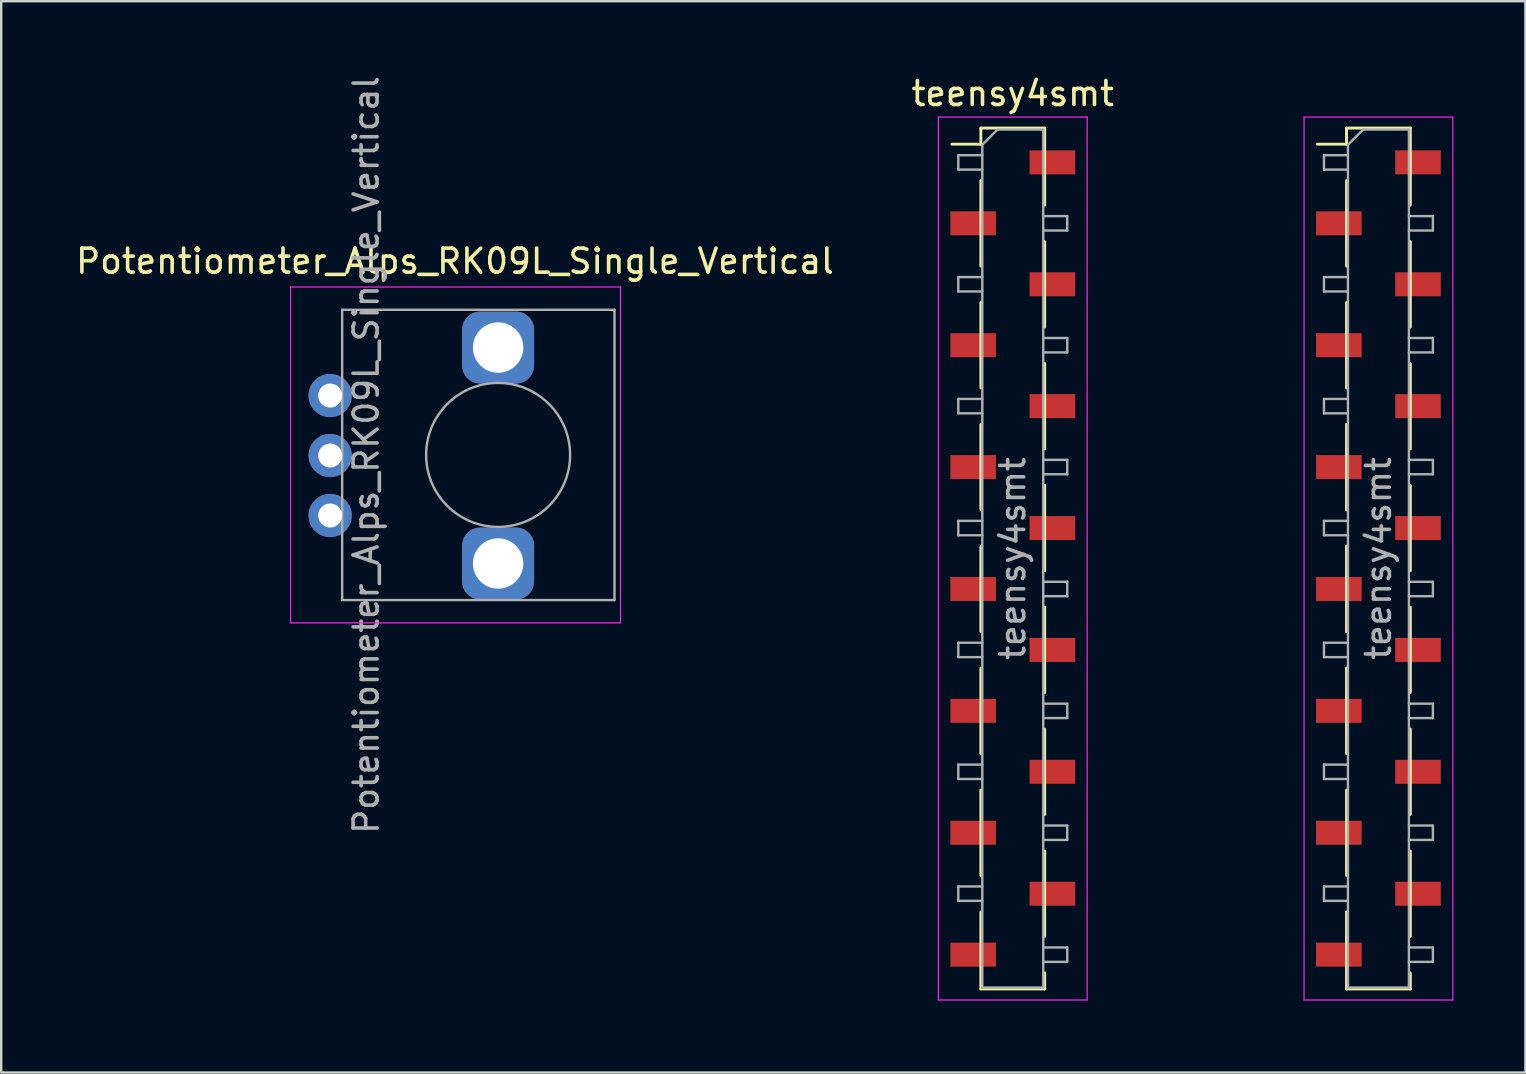
<source format=kicad_pcb>
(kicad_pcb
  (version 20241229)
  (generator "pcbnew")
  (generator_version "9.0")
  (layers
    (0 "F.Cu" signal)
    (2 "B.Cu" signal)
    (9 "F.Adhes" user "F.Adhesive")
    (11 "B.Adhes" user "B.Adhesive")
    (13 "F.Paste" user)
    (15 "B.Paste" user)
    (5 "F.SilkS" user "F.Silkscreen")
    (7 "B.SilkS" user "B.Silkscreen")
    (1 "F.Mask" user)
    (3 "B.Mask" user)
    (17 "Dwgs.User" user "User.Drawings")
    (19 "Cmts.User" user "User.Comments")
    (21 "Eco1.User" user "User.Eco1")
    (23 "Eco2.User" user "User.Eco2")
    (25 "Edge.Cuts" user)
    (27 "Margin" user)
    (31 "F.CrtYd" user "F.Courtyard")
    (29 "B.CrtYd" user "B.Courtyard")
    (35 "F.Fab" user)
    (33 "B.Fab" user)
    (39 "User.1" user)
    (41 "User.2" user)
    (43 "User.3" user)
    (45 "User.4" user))
  (footprint "teensy4smt"
    (layer "F.Cu")
    (at 39.161 20.228)
    (property "Reference" "teensy4smt" (at 0 -19.38 0) (layer "F.SilkS") (effects (font (size 1 1) (thickness 0.15))))
    (attr smd)
    (fp_line (start -2.54 -17.27) (end -1.33 -17.27) (stroke (width 0.12) (type solid)) (layer "F.SilkS"))
    (fp_line (start -1.33 -17.94) (end -1.33 -17.27) (stroke (width 0.12) (type solid)) (layer "F.SilkS"))
    (fp_line (start -1.33 -17.94) (end 1.33 -17.94) (stroke (width 0.12) (type solid)) (layer "F.SilkS"))
    (fp_line (start -1.33 -15.75) (end -1.33 -12.19) (stroke (width 0.12) (type solid)) (layer "F.SilkS"))
    (fp_line (start -1.33 -10.67) (end -1.33 -7.11) (stroke (width 0.12) (type solid)) (layer "F.SilkS"))
    (fp_line (start -1.33 -5.59) (end -1.33 -2.03) (stroke (width 0.12) (type solid)) (layer "F.SilkS"))
    (fp_line (start -1.33 -0.51) (end -1.33 3.05) (stroke (width 0.12) (type solid)) (layer "F.SilkS"))
    (fp_line (start -1.33 4.57) (end -1.33 8.13) (stroke (width 0.12) (type solid)) (layer "F.SilkS"))
    (fp_line (start -1.33 9.65) (end -1.33 13.21) (stroke (width 0.12) (type solid)) (layer "F.SilkS"))
    (fp_line (start -1.33 14.73) (end -1.33 17.94) (stroke (width 0.12) (type solid)) (layer "F.SilkS"))
    (fp_line (start -1.33 17.94) (end 1.33 17.94) (stroke (width 0.12) (type solid)) (layer "F.SilkS"))
    (fp_line (start 1.33 -17.94) (end 1.33 -14.73) (stroke (width 0.12) (type solid)) (layer "F.SilkS"))
    (fp_line (start 1.33 -13.21) (end 1.33 -9.65) (stroke (width 0.12) (type solid)) (layer "F.SilkS"))
    (fp_line (start 1.33 -8.13) (end 1.33 -4.57) (stroke (width 0.12) (type solid)) (layer "F.SilkS"))
    (fp_line (start 1.33 -3.05) (end 1.33 0.51) (stroke (width 0.12) (type solid)) (layer "F.SilkS"))
    (fp_line (start 1.33 2.03) (end 1.33 5.59) (stroke (width 0.12) (type solid)) (layer "F.SilkS"))
    (fp_line (start 1.33 7.11) (end 1.33 10.67) (stroke (width 0.12) (type solid)) (layer "F.SilkS"))
    (fp_line (start 1.33 12.19) (end 1.33 15.75) (stroke (width 0.12) (type solid)) (layer "F.SilkS"))
    (fp_line (start 1.33 17.27) (end 1.33 17.94) (stroke (width 0.12) (type solid)) (layer "F.SilkS"))
    (fp_line (start 12.7 -17.27) (end 13.91 -17.27) (stroke (width 0.12) (type solid)) (layer "F.SilkS"))
    (fp_line (start 13.91 -17.94) (end 13.91 -17.27) (stroke (width 0.12) (type solid)) (layer "F.SilkS"))
    (fp_line (start 13.91 -17.94) (end 16.57 -17.94) (stroke (width 0.12) (type solid)) (layer "F.SilkS"))
    (fp_line (start 13.91 -15.75) (end 13.91 -12.19) (stroke (width 0.12) (type solid)) (layer "F.SilkS"))
    (fp_line (start 13.91 -10.67) (end 13.91 -7.11) (stroke (width 0.12) (type solid)) (layer "F.SilkS"))
    (fp_line (start 13.91 -5.59) (end 13.91 -2.03) (stroke (width 0.12) (type solid)) (layer "F.SilkS"))
    (fp_line (start 13.91 -0.51) (end 13.91 3.05) (stroke (width 0.12) (type solid)) (layer "F.SilkS"))
    (fp_line (start 13.91 4.57) (end 13.91 8.13) (stroke (width 0.12) (type solid)) (layer "F.SilkS"))
    (fp_line (start 13.91 9.65) (end 13.91 13.21) (stroke (width 0.12) (type solid)) (layer "F.SilkS"))
    (fp_line (start 13.91 14.73) (end 13.91 17.94) (stroke (width 0.12) (type solid)) (layer "F.SilkS"))
    (fp_line (start 13.91 17.94) (end 16.57 17.94) (stroke (width 0.12) (type solid)) (layer "F.SilkS"))
    (fp_line (start 16.57 -17.94) (end 16.57 -14.73) (stroke (width 0.12) (type solid)) (layer "F.SilkS"))
    (fp_line (start 16.57 -13.21) (end 16.57 -9.65) (stroke (width 0.12) (type solid)) (layer "F.SilkS"))
    (fp_line (start 16.57 -8.13) (end 16.57 -4.57) (stroke (width 0.12) (type solid)) (layer "F.SilkS"))
    (fp_line (start 16.57 -3.05) (end 16.57 0.51) (stroke (width 0.12) (type solid)) (layer "F.SilkS"))
    (fp_line (start 16.57 2.03) (end 16.57 5.59) (stroke (width 0.12) (type solid)) (layer "F.SilkS"))
    (fp_line (start 16.57 7.11) (end 16.57 10.67) (stroke (width 0.12) (type solid)) (layer "F.SilkS"))
    (fp_line (start 16.57 12.19) (end 16.57 15.75) (stroke (width 0.12) (type solid)) (layer "F.SilkS"))
    (fp_line (start 16.57 17.27) (end 16.57 17.94) (stroke (width 0.12) (type solid)) (layer "F.SilkS"))
    (fp_line (start -3.1 -18.4) (end 3.1 -18.4) (stroke (width 0.05) (type solid)) (layer "F.CrtYd"))
    (fp_line (start -3.1 18.4) (end -3.1 -18.4) (stroke (width 0.05) (type solid)) (layer "F.CrtYd"))
    (fp_line (start 3.1 -18.4) (end 3.1 18.4) (stroke (width 0.05) (type solid)) (layer "F.CrtYd"))
    (fp_line (start 3.1 18.4) (end -3.1 18.4) (stroke (width 0.05) (type solid)) (layer "F.CrtYd"))
    (fp_line (start 12.14 -18.4) (end 18.34 -18.4) (stroke (width 0.05) (type solid)) (layer "F.CrtYd"))
    (fp_line (start 12.14 18.4) (end 12.14 -18.4) (stroke (width 0.05) (type solid)) (layer "F.CrtYd"))
    (fp_line (start 18.34 -18.4) (end 18.34 18.4) (stroke (width 0.05) (type solid)) (layer "F.CrtYd"))
    (fp_line (start 18.34 18.4) (end 12.14 18.4) (stroke (width 0.05) (type solid)) (layer "F.CrtYd"))
    (fp_line (start -2.27 -16.81) (end -1.27 -16.81) (stroke (width 0.1) (type solid)) (layer "F.Fab"))
    (fp_line (start -2.27 -16.21) (end -2.27 -16.81) (stroke (width 0.1) (type solid)) (layer "F.Fab"))
    (fp_line (start -2.27 -11.73) (end -1.27 -11.73) (stroke (width 0.1) (type solid)) (layer "F.Fab"))
    (fp_line (start -2.27 -11.13) (end -2.27 -11.73) (stroke (width 0.1) (type solid)) (layer "F.Fab"))
    (fp_line (start -2.27 -6.65) (end -1.27 -6.65) (stroke (width 0.1) (type solid)) (layer "F.Fab"))
    (fp_line (start -2.27 -6.05) (end -2.27 -6.65) (stroke (width 0.1) (type solid)) (layer "F.Fab"))
    (fp_line (start -2.27 -1.57) (end -1.27 -1.57) (stroke (width 0.1) (type solid)) (layer "F.Fab"))
    (fp_line (start -2.27 -0.97) (end -2.27 -1.57) (stroke (width 0.1) (type solid)) (layer "F.Fab"))
    (fp_line (start -2.27 3.51) (end -1.27 3.51) (stroke (width 0.1) (type solid)) (layer "F.Fab"))
    (fp_line (start -2.27 4.11) (end -2.27 3.51) (stroke (width 0.1) (type solid)) (layer "F.Fab"))
    (fp_line (start -2.27 8.59) (end -1.27 8.59) (stroke (width 0.1) (type solid)) (layer "F.Fab"))
    (fp_line (start -2.27 9.19) (end -2.27 8.59) (stroke (width 0.1) (type solid)) (layer "F.Fab"))
    (fp_line (start -2.27 13.67) (end -1.27 13.67) (stroke (width 0.1) (type solid)) (layer "F.Fab"))
    (fp_line (start -2.27 14.27) (end -2.27 13.67) (stroke (width 0.1) (type solid)) (layer "F.Fab"))
    (fp_line (start -1.27 -17.245) (end -0.635 -17.88) (stroke (width 0.1) (type solid)) (layer "F.Fab"))
    (fp_line (start -1.27 -16.21) (end -2.27 -16.21) (stroke (width 0.1) (type solid)) (layer "F.Fab"))
    (fp_line (start -1.27 -11.13) (end -2.27 -11.13) (stroke (width 0.1) (type solid)) (layer "F.Fab"))
    (fp_line (start -1.27 -6.05) (end -2.27 -6.05) (stroke (width 0.1) (type solid)) (layer "F.Fab"))
    (fp_line (start -1.27 -0.97) (end -2.27 -0.97) (stroke (width 0.1) (type solid)) (layer "F.Fab"))
    (fp_line (start -1.27 4.11) (end -2.27 4.11) (stroke (width 0.1) (type solid)) (layer "F.Fab"))
    (fp_line (start -1.27 9.19) (end -2.27 9.19) (stroke (width 0.1) (type solid)) (layer "F.Fab"))
    (fp_line (start -1.27 14.27) (end -2.27 14.27) (stroke (width 0.1) (type solid)) (layer "F.Fab"))
    (fp_line (start -1.27 17.88) (end -1.27 -17.245) (stroke (width 0.1) (type solid)) (layer "F.Fab"))
    (fp_line (start -0.635 -17.88) (end 1.27 -17.88) (stroke (width 0.1) (type solid)) (layer "F.Fab"))
    (fp_line (start 1.27 -17.88) (end 1.27 17.88) (stroke (width 0.1) (type solid)) (layer "F.Fab"))
    (fp_line (start 1.27 -14.27) (end 2.27 -14.27) (stroke (width 0.1) (type solid)) (layer "F.Fab"))
    (fp_line (start 1.27 -9.19) (end 2.27 -9.19) (stroke (width 0.1) (type solid)) (layer "F.Fab"))
    (fp_line (start 1.27 -4.11) (end 2.27 -4.11) (stroke (width 0.1) (type solid)) (layer "F.Fab"))
    (fp_line (start 1.27 0.97) (end 2.27 0.97) (stroke (width 0.1) (type solid)) (layer "F.Fab"))
    (fp_line (start 1.27 6.05) (end 2.27 6.05) (stroke (width 0.1) (type solid)) (layer "F.Fab"))
    (fp_line (start 1.27 11.13) (end 2.27 11.13) (stroke (width 0.1) (type solid)) (layer "F.Fab"))
    (fp_line (start 1.27 16.21) (end 2.27 16.21) (stroke (width 0.1) (type solid)) (layer "F.Fab"))
    (fp_line (start 1.27 17.88) (end -1.27 17.88) (stroke (width 0.1) (type solid)) (layer "F.Fab"))
    (fp_line (start 2.27 -14.27) (end 2.27 -13.67) (stroke (width 0.1) (type solid)) (layer "F.Fab"))
    (fp_line (start 2.27 -13.67) (end 1.27 -13.67) (stroke (width 0.1) (type solid)) (layer "F.Fab"))
    (fp_line (start 2.27 -9.19) (end 2.27 -8.59) (stroke (width 0.1) (type solid)) (layer "F.Fab"))
    (fp_line (start 2.27 -8.59) (end 1.27 -8.59) (stroke (width 0.1) (type solid)) (layer "F.Fab"))
    (fp_line (start 2.27 -4.11) (end 2.27 -3.51) (stroke (width 0.1) (type solid)) (layer "F.Fab"))
    (fp_line (start 2.27 -3.51) (end 1.27 -3.51) (stroke (width 0.1) (type solid)) (layer "F.Fab"))
    (fp_line (start 2.27 0.97) (end 2.27 1.57) (stroke (width 0.1) (type solid)) (layer "F.Fab"))
    (fp_line (start 2.27 1.57) (end 1.27 1.57) (stroke (width 0.1) (type solid)) (layer "F.Fab"))
    (fp_line (start 2.27 6.05) (end 2.27 6.65) (stroke (width 0.1) (type solid)) (layer "F.Fab"))
    (fp_line (start 2.27 6.65) (end 1.27 6.65) (stroke (width 0.1) (type solid)) (layer "F.Fab"))
    (fp_line (start 2.27 11.13) (end 2.27 11.73) (stroke (width 0.1) (type solid)) (layer "F.Fab"))
    (fp_line (start 2.27 11.73) (end 1.27 11.73) (stroke (width 0.1) (type solid)) (layer "F.Fab"))
    (fp_line (start 2.27 16.21) (end 2.27 16.81) (stroke (width 0.1) (type solid)) (layer "F.Fab"))
    (fp_line (start 2.27 16.81) (end 1.27 16.81) (stroke (width 0.1) (type solid)) (layer "F.Fab"))
    (fp_line (start 12.97 -16.81) (end 13.97 -16.81) (stroke (width 0.1) (type solid)) (layer "F.Fab"))
    (fp_line (start 12.97 -16.21) (end 12.97 -16.81) (stroke (width 0.1) (type solid)) (layer "F.Fab"))
    (fp_line (start 12.97 -11.73) (end 13.97 -11.73) (stroke (width 0.1) (type solid)) (layer "F.Fab"))
    (fp_line (start 12.97 -11.13) (end 12.97 -11.73) (stroke (width 0.1) (type solid)) (layer "F.Fab"))
    (fp_line (start 12.97 -6.65) (end 13.97 -6.65) (stroke (width 0.1) (type solid)) (layer "F.Fab"))
    (fp_line (start 12.97 -6.05) (end 12.97 -6.65) (stroke (width 0.1) (type solid)) (layer "F.Fab"))
    (fp_line (start 12.97 -1.57) (end 13.97 -1.57) (stroke (width 0.1) (type solid)) (layer "F.Fab"))
    (fp_line (start 12.97 -0.97) (end 12.97 -1.57) (stroke (width 0.1) (type solid)) (layer "F.Fab"))
    (fp_line (start 12.97 3.51) (end 13.97 3.51) (stroke (width 0.1) (type solid)) (layer "F.Fab"))
    (fp_line (start 12.97 4.11) (end 12.97 3.51) (stroke (width 0.1) (type solid)) (layer "F.Fab"))
    (fp_line (start 12.97 8.59) (end 13.97 8.59) (stroke (width 0.1) (type solid)) (layer "F.Fab"))
    (fp_line (start 12.97 9.19) (end 12.97 8.59) (stroke (width 0.1) (type solid)) (layer "F.Fab"))
    (fp_line (start 12.97 13.67) (end 13.97 13.67) (stroke (width 0.1) (type solid)) (layer "F.Fab"))
    (fp_line (start 12.97 14.27) (end 12.97 13.67) (stroke (width 0.1) (type solid)) (layer "F.Fab"))
    (fp_line (start 13.97 -17.245) (end 14.605 -17.88) (stroke (width 0.1) (type solid)) (layer "F.Fab"))
    (fp_line (start 13.97 -16.21) (end 12.97 -16.21) (stroke (width 0.1) (type solid)) (layer "F.Fab"))
    (fp_line (start 13.97 -11.13) (end 12.97 -11.13) (stroke (width 0.1) (type solid)) (layer "F.Fab"))
    (fp_line (start 13.97 -6.05) (end 12.97 -6.05) (stroke (width 0.1) (type solid)) (layer "F.Fab"))
    (fp_line (start 13.97 -0.97) (end 12.97 -0.97) (stroke (width 0.1) (type solid)) (layer "F.Fab"))
    (fp_line (start 13.97 4.11) (end 12.97 4.11) (stroke (width 0.1) (type solid)) (layer "F.Fab"))
    (fp_line (start 13.97 9.19) (end 12.97 9.19) (stroke (width 0.1) (type solid)) (layer "F.Fab"))
    (fp_line (start 13.97 14.27) (end 12.97 14.27) (stroke (width 0.1) (type solid)) (layer "F.Fab"))
    (fp_line (start 13.97 17.88) (end 13.97 -17.245) (stroke (width 0.1) (type solid)) (layer "F.Fab"))
    (fp_line (start 14.605 -17.88) (end 16.51 -17.88) (stroke (width 0.1) (type solid)) (layer "F.Fab"))
    (fp_line (start 16.51 -17.88) (end 16.51 17.88) (stroke (width 0.1) (type solid)) (layer "F.Fab"))
    (fp_line (start 16.51 -14.27) (end 17.51 -14.27) (stroke (width 0.1) (type solid)) (layer "F.Fab"))
    (fp_line (start 16.51 -9.19) (end 17.51 -9.19) (stroke (width 0.1) (type solid)) (layer "F.Fab"))
    (fp_line (start 16.51 -4.11) (end 17.51 -4.11) (stroke (width 0.1) (type solid)) (layer "F.Fab"))
    (fp_line (start 16.51 0.97) (end 17.51 0.97) (stroke (width 0.1) (type solid)) (layer "F.Fab"))
    (fp_line (start 16.51 6.05) (end 17.51 6.05) (stroke (width 0.1) (type solid)) (layer "F.Fab"))
    (fp_line (start 16.51 11.13) (end 17.51 11.13) (stroke (width 0.1) (type solid)) (layer "F.Fab"))
    (fp_line (start 16.51 16.21) (end 17.51 16.21) (stroke (width 0.1) (type solid)) (layer "F.Fab"))
    (fp_line (start 16.51 17.88) (end 13.97 17.88) (stroke (width 0.1) (type solid)) (layer "F.Fab"))
    (fp_line (start 17.51 -14.27) (end 17.51 -13.67) (stroke (width 0.1) (type solid)) (layer "F.Fab"))
    (fp_line (start 17.51 -13.67) (end 16.51 -13.67) (stroke (width 0.1) (type solid)) (layer "F.Fab"))
    (fp_line (start 17.51 -9.19) (end 17.51 -8.59) (stroke (width 0.1) (type solid)) (layer "F.Fab"))
    (fp_line (start 17.51 -8.59) (end 16.51 -8.59) (stroke (width 0.1) (type solid)) (layer "F.Fab"))
    (fp_line (start 17.51 -4.11) (end 17.51 -3.51) (stroke (width 0.1) (type solid)) (layer "F.Fab"))
    (fp_line (start 17.51 -3.51) (end 16.51 -3.51) (stroke (width 0.1) (type solid)) (layer "F.Fab"))
    (fp_line (start 17.51 0.97) (end 17.51 1.57) (stroke (width 0.1) (type solid)) (layer "F.Fab"))
    (fp_line (start 17.51 1.57) (end 16.51 1.57) (stroke (width 0.1) (type solid)) (layer "F.Fab"))
    (fp_line (start 17.51 6.05) (end 17.51 6.65) (stroke (width 0.1) (type solid)) (layer "F.Fab"))
    (fp_line (start 17.51 6.65) (end 16.51 6.65) (stroke (width 0.1) (type solid)) (layer "F.Fab"))
    (fp_line (start 17.51 11.13) (end 17.51 11.73) (stroke (width 0.1) (type solid)) (layer "F.Fab"))
    (fp_line (start 17.51 11.73) (end 16.51 11.73) (stroke (width 0.1) (type solid)) (layer "F.Fab"))
    (fp_line (start 17.51 16.21) (end 17.51 16.81) (stroke (width 0.1) (type solid)) (layer "F.Fab"))
    (fp_line (start 17.51 16.81) (end 16.51 16.81) (stroke (width 0.1) (type solid)) (layer "F.Fab"))
    (fp_text user "${REFERENCE}" (at 15.24 0 90) (layer "F.Fab") (effects (font (size 1 1) (thickness 0.15))))
    (fp_text user "${REFERENCE}" (at 0 0 90) (layer "F.Fab") (effects (font (size 1 1) (thickness 0.15))))
    (pad "1" smd rect (at 1.65 -16.51) (size 1.9 1) (layers "F.Cu" "F.Mask" "F.Paste"))
    (pad "2" smd rect (at -1.65 -13.97) (size 1.9 1) (layers "F.Cu" "F.Mask" "F.Paste"))
    (pad "3" smd rect (at 1.65 -11.43) (size 1.9 1) (layers "F.Cu" "F.Mask" "F.Paste"))
    (pad "4" smd rect (at -1.65 -8.89) (size 1.9 1) (layers "F.Cu" "F.Mask" "F.Paste"))
    (pad "5" smd rect (at 1.65 -6.35) (size 1.9 1) (layers "F.Cu" "F.Mask" "F.Paste"))
    (pad "6" smd rect (at -1.65 -3.81) (size 1.9 1) (layers "F.Cu" "F.Mask" "F.Paste"))
    (pad "7" smd rect (at 1.65 -1.27) (size 1.9 1) (layers "F.Cu" "F.Mask" "F.Paste"))
    (pad "8" smd rect (at -1.65 1.27) (size 1.9 1) (layers "F.Cu" "F.Mask" "F.Paste"))
    (pad "9" smd rect (at 1.65 3.81) (size 1.9 1) (layers "F.Cu" "F.Mask" "F.Paste"))
    (pad "10" smd rect (at -1.65 6.35) (size 1.9 1) (layers "F.Cu" "F.Mask" "F.Paste"))
    (pad "11" smd rect (at 1.65 8.89) (size 1.9 1) (layers "F.Cu" "F.Mask" "F.Paste"))
    (pad "12" smd rect (at -1.65 11.43) (size 1.9 1) (layers "F.Cu" "F.Mask" "F.Paste"))
    (pad "13" smd rect (at 1.65 13.97) (size 1.9 1) (layers "F.Cu" "F.Mask" "F.Paste"))
    (pad "14" smd rect (at -1.65 16.51) (size 1.9 1) (layers "F.Cu" "F.Mask" "F.Paste"))
    (pad "20" smd rect (at 13.59 16.51) (size 1.9 1) (layers "F.Cu" "F.Mask" "F.Paste"))
    (pad "21" smd rect (at 16.89 13.97) (size 1.9 1) (layers "F.Cu" "F.Mask" "F.Paste"))
    (pad "22" smd rect (at 13.59 11.43) (size 1.9 1) (layers "F.Cu" "F.Mask" "F.Paste"))
    (pad "23" smd rect (at 16.89 8.89) (size 1.9 1) (layers "F.Cu" "F.Mask" "F.Paste"))
    (pad "24" smd rect (at 13.59 6.35) (size 1.9 1) (layers "F.Cu" "F.Mask" "F.Paste"))
    (pad "25" smd rect (at 16.89 3.81) (size 1.9 1) (layers "F.Cu" "F.Mask" "F.Paste"))
    (pad "26" smd rect (at 13.59 1.27) (size 1.9 1) (layers "F.Cu" "F.Mask" "F.Paste"))
    (pad "27" smd rect (at 16.89 -1.27) (size 1.9 1) (layers "F.Cu" "F.Mask" "F.Paste"))
    (pad "28" smd rect (at 13.59 -3.81) (size 1.9 1) (layers "F.Cu" "F.Mask" "F.Paste"))
    (pad "29" smd rect (at 16.89 -6.35) (size 1.9 1) (layers "F.Cu" "F.Mask" "F.Paste"))
    (pad "30" smd rect (at 13.59 -8.89) (size 1.9 1) (layers "F.Cu" "F.Mask" "F.Paste"))
    (pad "31" smd rect (at 16.89 -11.43) (size 1.9 1) (layers "F.Cu" "F.Mask" "F.Paste"))
    (pad "32" smd rect (at 13.59 -13.97) (size 1.9 1) (layers "F.Cu" "F.Mask" "F.Paste"))
    (pad "33" smd rect (at 16.89 -16.51) (size 1.9 1) (layers "F.Cu" "F.Mask" "F.Paste")))
  (footprint "Potentiometer_Alps_RK09L_Single_Vertical"
    (layer "F.Cu")
    (at 17.711 15.936)
    (property "Reference" "Potentiometer_Alps_RK09L_Single_Vertical" (at -1.8 -8.1 0) (layer "F.SilkS") (effects (font (size 1 1) (thickness 0.15))))
    (attr through_hole)
    (fp_line (start -8.65 -7.025) (end -8.65 6.975) (stroke (width 0.05) (type solid)) (layer "F.CrtYd"))
    (fp_line (start -8.65 6.975) (end 5.1 6.975) (stroke (width 0.05) (type solid)) (layer "F.CrtYd"))
    (fp_line (start 5.1 -7.025) (end -8.65 -7.025) (stroke (width 0.05) (type solid)) (layer "F.CrtYd"))
    (fp_line (start 5.1 6.975) (end 5.1 -7.025) (stroke (width 0.05) (type solid)) (layer "F.CrtYd"))
    (fp_line (start -6.5 -6.075) (end -6.5 6.025) (stroke (width 0.1) (type solid)) (layer "F.Fab"))
    (fp_line (start -6.5 6.025) (end 4.85 6.025) (stroke (width 0.1) (type solid)) (layer "F.Fab"))
    (fp_line (start 4.85 -6.075) (end -6.5 -6.075) (stroke (width 0.1) (type solid)) (layer "F.Fab"))
    (fp_line (start 4.85 6.025) (end 4.85 -6.075) (stroke (width 0.1) (type solid)) (layer "F.Fab"))
    (fp_circle (center 0 -0.025) (end 3 -0.025) (stroke (width 0.1) (type solid)) (fill no) (layer "F.Fab"))
    (fp_text user "${REFERENCE}" (at -5.5 -0.025 270) (layer "F.Fab") (effects (font (size 1 1) (thickness 0.15))))
    (pad "" thru_hole roundrect (at 0 -4.5) (size 3 3) (drill 2.1) (layers "*.Cu" "*.Mask") (roundrect_rratio 0.25))
    (pad "" thru_hole roundrect (at 0 4.5) (size 3 3) (drill 2.1) (layers "*.Cu" "*.Mask") (roundrect_rratio 0.25))
    (pad "1" thru_hole circle (at -7 2.5) (size 1.8 1.8) (drill 1) (layers "*.Cu" "*.Mask"))
    (pad "2" thru_hole circle (at -7 0) (size 1.8 1.8) (drill 1) (layers "*.Cu" "*.Mask"))
    (pad "3" thru_hole circle (at -7 -2.5) (size 1.8 1.8) (drill 1) (layers "*.Cu" "*.Mask")))
  (gr_rect
    (start -3 -3)
    (end 60.526 41.653)
    (stroke (width 0.1) (type default))
    (fill no)
    (layer "Edge.Cuts")))
</source>
